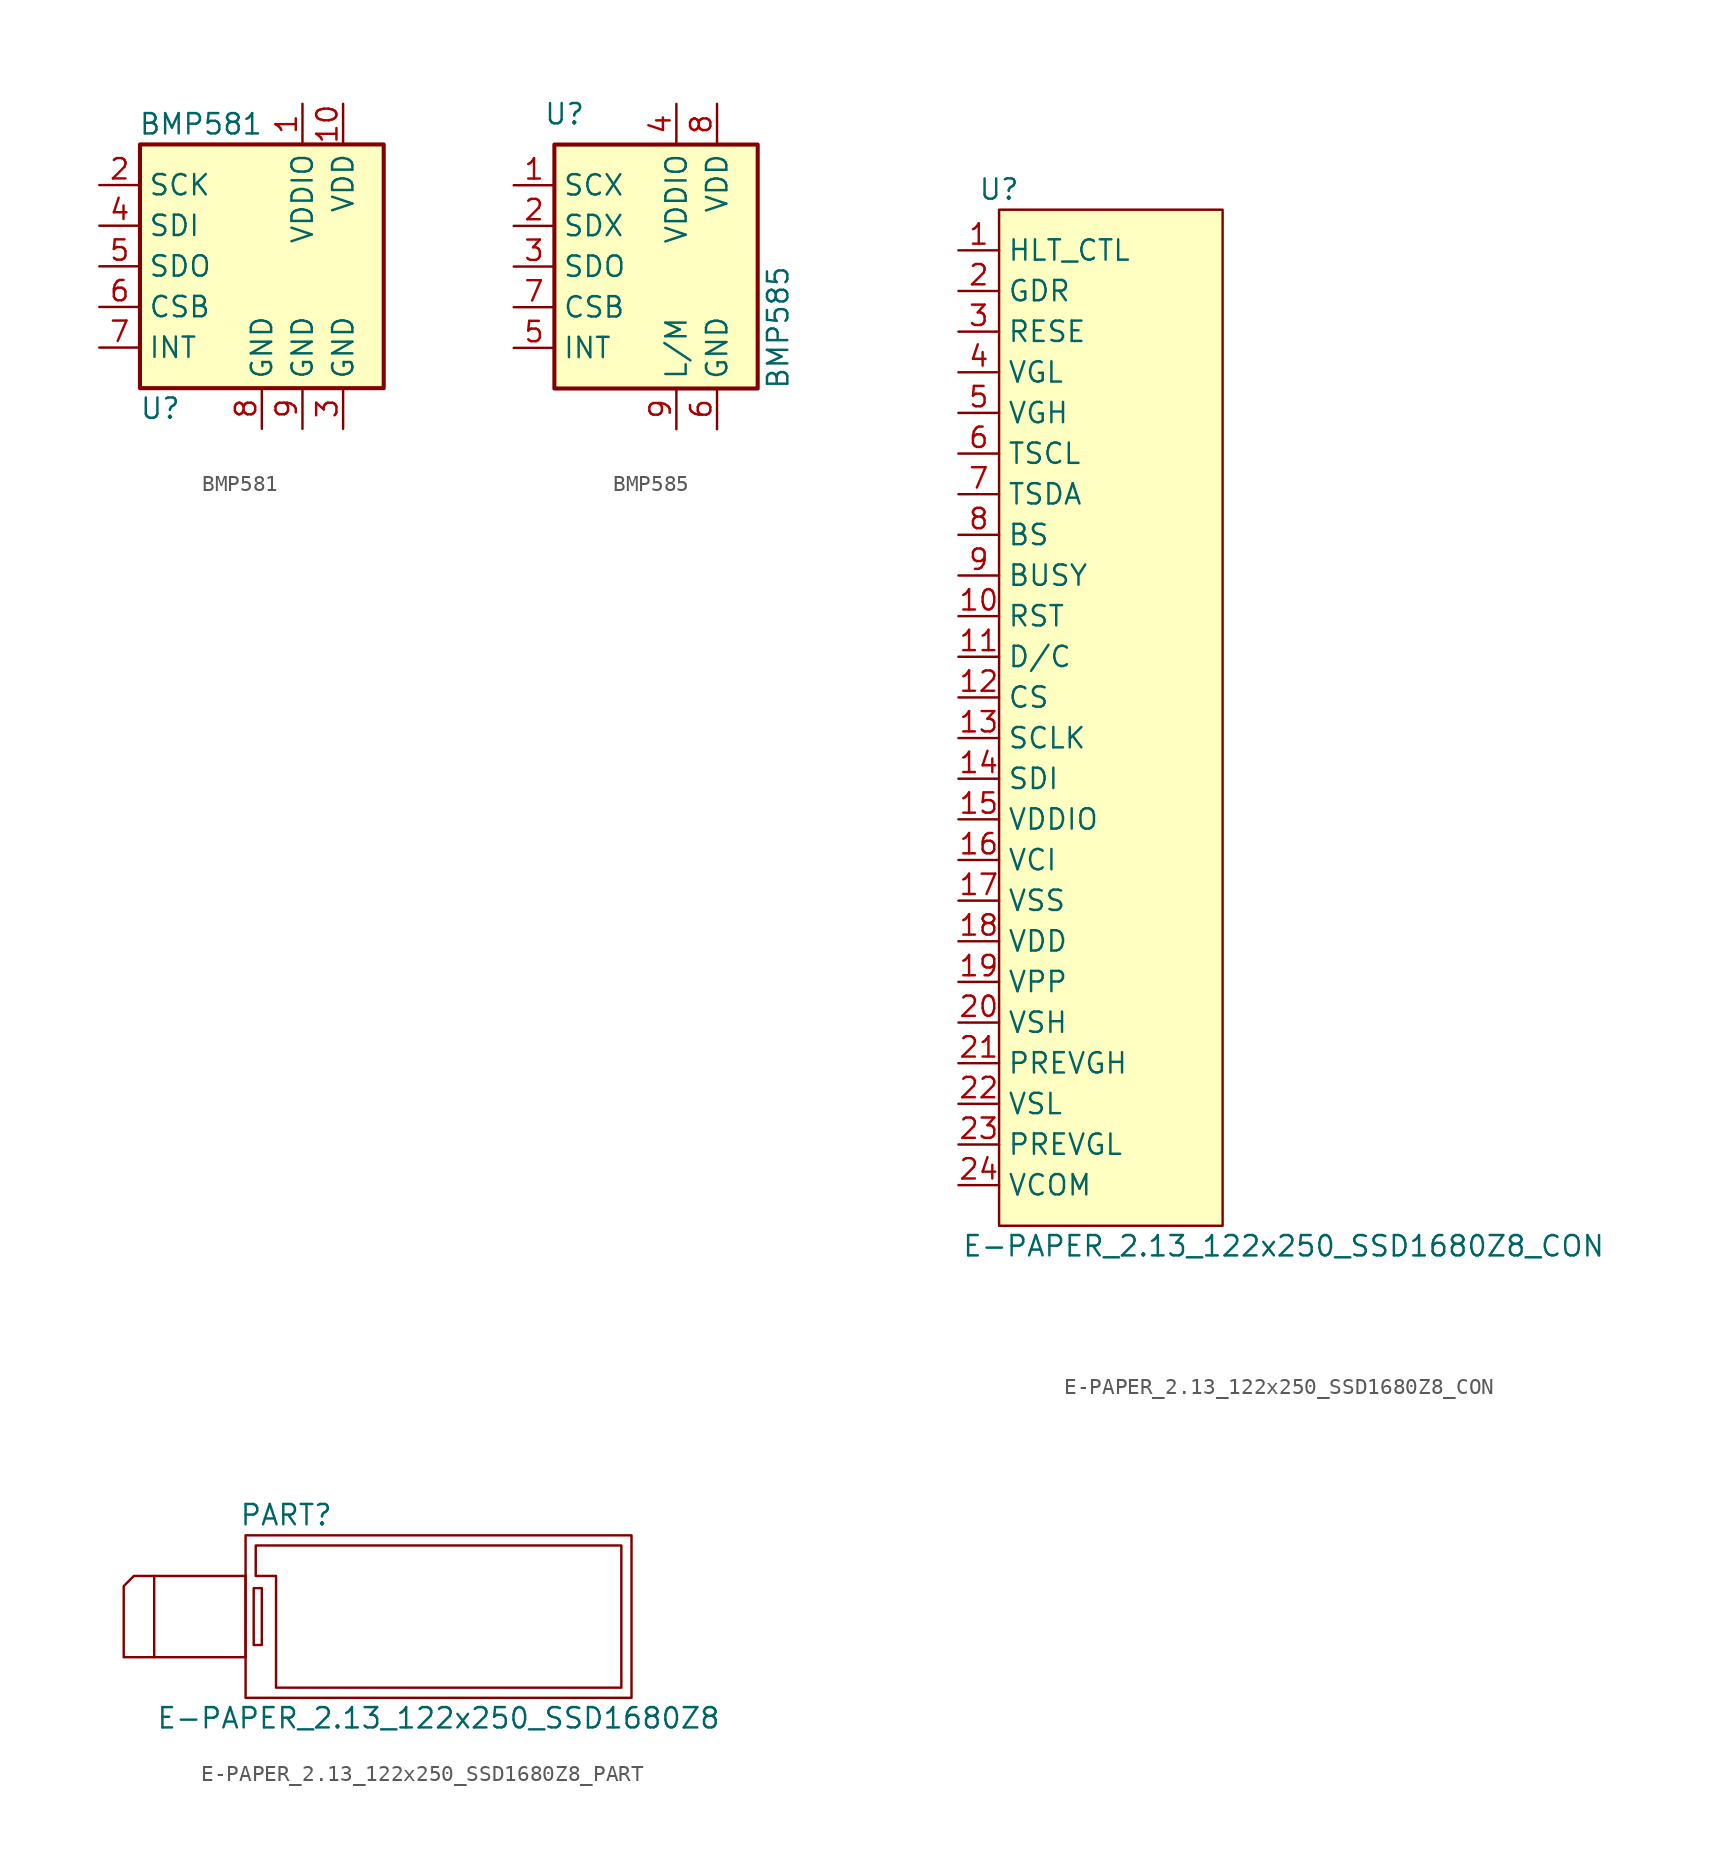
<source format=kicad_sym>
(kicad_symbol_lib
  (version 20231120)
  (generator "kicad_symbol_editor")
  (generator_version "8.0")
  (symbol "BMP581"
    (property "Reference" "U"
      (at 1.27 -16.51 0)
      (effects (font (size 1.27 1.27))))
    (property "Value" "BMP581"
      (at 3.81 1.27 0)
      (effects (font (size 1.27 1.27))))
    (symbol "BMP581_0_1"
      (rectangle (start 0 0) (end 15.24 -15.24) (stroke (width 0.254) (type default)) (fill (type background))))
    (symbol "BMP581_1_1"
      (pin power_in line (at 10.16 2.54 270) (length 2.54) (name "VDDIO" (effects (font (size 1.27 1.27)))) (number "1" (effects (font (size 1.27 1.27)))))
      (pin power_in line (at 12.7 2.54 270) (length 2.54) (name "VDD" (effects (font (size 1.27 1.27)))) (number "10" (effects (font (size 1.27 1.27)))))
      (pin input line (at -2.54 -2.54 0) (length 2.54) (name "SCK" (effects (font (size 1.27 1.27)))) (number "2" (effects (font (size 1.27 1.27)))))
      (pin power_in line (at 12.7 -17.78 90) (length 2.54) (name "GND" (effects (font (size 1.27 1.27)))) (number "3" (effects (font (size 1.27 1.27)))))
      (pin bidirectional line (at -2.54 -5.08 0) (length 2.54) (name "SDI" (effects (font (size 1.27 1.27)))) (number "4" (effects (font (size 1.27 1.27)))))
      (pin bidirectional line (at -2.54 -7.62 0) (length 2.54) (name "SDO" (effects (font (size 1.27 1.27)))) (number "5" (effects (font (size 1.27 1.27)))))
      (pin input line (at -2.54 -10.16 0) (length 2.54) (name "CSB" (effects (font (size 1.27 1.27)))) (number "6" (effects (font (size 1.27 1.27)))))
      (pin power_in line (at -2.54 -12.7 0) (length 2.54) (name "INT" (effects (font (size 1.27 1.27)))) (number "7" (effects (font (size 1.27 1.27)))))
      (pin power_in line (at 7.62 -17.78 90) (length 2.54) (name "GND" (effects (font (size 1.27 1.27)))) (number "8" (effects (font (size 1.27 1.27)))))
      (pin power_in line (at 10.16 -17.78 90) (length 2.54) (name "GND" (effects (font (size 1.27 1.27)))) (number "9" (effects (font (size 1.27 1.27)))))))
  (symbol "BMP585"
    (property "Reference" "U"
      (at 0.635 1.905 0)
      (effects (font (size 1.27 1.27))))
    (property "Value" "BMP585"
      (at 13.97 -11.43 90)
      (effects (font (size 1.27 1.27))))
    (symbol "BMP585_0_1"
      (rectangle (start 0 0) (end 12.7 -15.24) (stroke (width 0.254) (type default)) (fill (type background))))
    (symbol "BMP585_1_1"
      (pin input line (at -2.54 -2.54 0) (length 2.54) (name "SCX" (effects (font (size 1.27 1.27)))) (number "1" (effects (font (size 1.27 1.27)))))
      (pin bidirectional line (at -2.54 -5.08 0) (length 2.54) (name "SDX" (effects (font (size 1.27 1.27)))) (number "2" (effects (font (size 1.27 1.27)))))
      (pin bidirectional line (at -2.54 -7.62 0) (length 2.54) (name "SDO" (effects (font (size 1.27 1.27)))) (number "3" (effects (font (size 1.27 1.27)))))
      (pin power_in line (at 7.62 2.54 270) (length 2.54) (name "VDDIO" (effects (font (size 1.27 1.27)))) (number "4" (effects (font (size 1.27 1.27)))))
      (pin power_in line (at -2.54 -12.7 0) (length 2.54) (name "INT" (effects (font (size 1.27 1.27)))) (number "5" (effects (font (size 1.27 1.27)))))
      (pin power_in line (at 10.16 -17.78 90) (length 2.54) (name "GND" (effects (font (size 1.27 1.27)))) (number "6" (effects (font (size 1.27 1.27)))))
      (pin input line (at -2.54 -10.16 0) (length 2.54) (name "CSB" (effects (font (size 1.27 1.27)))) (number "7" (effects (font (size 1.27 1.27)))))
      (pin power_in line (at 10.16 2.54 270) (length 2.54) (name "VDD" (effects (font (size 1.27 1.27)))) (number "8" (effects (font (size 1.27 1.27)))))
      (pin power_in line (at 7.62 -17.78 90) (length 2.54) (name "L/M" (effects (font (size 1.27 1.27)))) (number "9" (effects (font (size 1.27 1.27)))))))
  (symbol "E-PAPER_2.13_122x250_SSD1680Z8_CON"
    (property "Reference" "U"
      (at 2.54 3.81 0)
      (effects (font (size 1.27 1.27))))
    (property "Value" "E-PAPER_2.13_122x250_SSD1680Z8_CON"
      (at 20.32 -62.23 0)
      (effects (font (size 1.27 1.27))))
    (symbol "E-PAPER_2.13_122x250_SSD1680Z8_CON_1_1"
      (rectangle (start 2.54 2.54) (end 16.51 -60.96) (stroke (width 0) (type default)) (fill (type background)))
      (pin input line (at 0 0 0) (length 2.54) (name "HLT_CTL" (effects (font (size 1.27 1.27)))) (number "1" (effects (font (size 1.27 1.27)))))
      (pin input line (at 0 -22.86 0) (length 2.54) (name "RST" (effects (font (size 1.27 1.27)))) (number "10" (effects (font (size 1.27 1.27)))))
      (pin input line (at 0 -25.4 0) (length 2.54) (name "D/C" (effects (font (size 1.27 1.27)))) (number "11" (effects (font (size 1.27 1.27)))))
      (pin input line (at 0 -27.94 0) (length 2.54) (name "CS" (effects (font (size 1.27 1.27)))) (number "12" (effects (font (size 1.27 1.27)))))
      (pin input line (at 0 -30.48 0) (length 2.54) (name "SCLK" (effects (font (size 1.27 1.27)))) (number "13" (effects (font (size 1.27 1.27)))))
      (pin input line (at 0 -33.02 0) (length 2.54) (name "SDI" (effects (font (size 1.27 1.27)))) (number "14" (effects (font (size 1.27 1.27)))))
      (pin input line (at 0 -35.56 0) (length 2.54) (name "VDDIO" (effects (font (size 1.27 1.27)))) (number "15" (effects (font (size 1.27 1.27)))))
      (pin input line (at 0 -38.1 0) (length 2.54) (name "VCI" (effects (font (size 1.27 1.27)))) (number "16" (effects (font (size 1.27 1.27)))))
      (pin input line (at 0 -40.64 0) (length 2.54) (name "VSS" (effects (font (size 1.27 1.27)))) (number "17" (effects (font (size 1.27 1.27)))))
      (pin input line (at 0 -43.18 0) (length 2.54) (name "VDD" (effects (font (size 1.27 1.27)))) (number "18" (effects (font (size 1.27 1.27)))))
      (pin input line (at 0 -45.72 0) (length 2.54) (name "VPP" (effects (font (size 1.27 1.27)))) (number "19" (effects (font (size 1.27 1.27)))))
      (pin input line (at 0 -2.54 0) (length 2.54) (name "GDR" (effects (font (size 1.27 1.27)))) (number "2" (effects (font (size 1.27 1.27)))))
      (pin input line (at 0 -48.26 0) (length 2.54) (name "VSH" (effects (font (size 1.27 1.27)))) (number "20" (effects (font (size 1.27 1.27)))))
      (pin input line (at 0 -50.8 0) (length 2.54) (name "PREVGH" (effects (font (size 1.27 1.27)))) (number "21" (effects (font (size 1.27 1.27)))))
      (pin input line (at 0 -53.34 0) (length 2.54) (name "VSL" (effects (font (size 1.27 1.27)))) (number "22" (effects (font (size 1.27 1.27)))))
      (pin input line (at 0 -55.88 0) (length 2.54) (name "PREVGL" (effects (font (size 1.27 1.27)))) (number "23" (effects (font (size 1.27 1.27)))))
      (pin input line (at 0 -58.42 0) (length 2.54) (name "VCOM" (effects (font (size 1.27 1.27)))) (number "24" (effects (font (size 1.27 1.27)))))
      (pin input line (at 0 -5.08 0) (length 2.54) (name "RESE" (effects (font (size 1.27 1.27)))) (number "3" (effects (font (size 1.27 1.27)))))
      (pin input line (at 0 -7.62 0) (length 2.54) (name "VGL" (effects (font (size 1.27 1.27)))) (number "4" (effects (font (size 1.27 1.27)))))
      (pin input line (at 0 -10.16 0) (length 2.54) (name "VGH" (effects (font (size 1.27 1.27)))) (number "5" (effects (font (size 1.27 1.27)))))
      (pin input line (at 0 -12.7 0) (length 2.54) (name "TSCL" (effects (font (size 1.27 1.27)))) (number "6" (effects (font (size 1.27 1.27)))))
      (pin input line (at 0 -15.24 0) (length 2.54) (name "TSDA" (effects (font (size 1.27 1.27)))) (number "7" (effects (font (size 1.27 1.27)))))
      (pin input line (at 0 -17.78 0) (length 2.54) (name "BS" (effects (font (size 1.27 1.27)))) (number "8" (effects (font (size 1.27 1.27)))))
      (pin input line (at 0 -20.32 0) (length 2.54) (name "BUSY" (effects (font (size 1.27 1.27)))) (number "9" (effects (font (size 1.27 1.27)))))
      (pin input line (at 0 -40.64 0) (length 2.54) hide (name "MP" (effects (font (size 1.27 1.27)))) (number "MP" (effects (font (size 1.27 1.27)))))))
  (symbol "E-PAPER_2.13_122x250_SSD1680Z8_PART"
    (property "Reference" "PART"
      (at 2.54 1.27 0)
      (effects (font (size 1.27 1.27))))
    (property "Value" "E-PAPER_2.13_122x250_SSD1680Z8"
      (at 12.065 -11.43 0)
      (effects (font (size 1.27 1.27))))
    (symbol "E-PAPER_2.13_122x250_SSD1680Z8_PART_0_1"
      (polyline (pts (xy -5.715 -2.54) (xy -5.715 -7.62)) (stroke (width 0) (type default)) (fill (type none)))
      (polyline (pts (xy -7.62 -3.175) (xy -6.985 -2.54) (xy 0 -2.54) (xy 0 -7.62) (xy -7.62 -7.62) (xy -7.62 -3.175)) (stroke (width 0) (type default)) (fill (type none)))
      (polyline (pts (xy 0.635 -0.635) (xy 23.495 -0.635) (xy 23.495 -9.525) (xy 1.905 -9.525) (xy 1.905 -2.54) (xy 0.635 -2.54) (xy 0.635 -0.635)) (stroke (width 0) (type default)) (fill (type none)))
      (rectangle (start 0 0) (end 24.13 -10.16) (stroke (width 0) (type default)) (fill (type none)))
      (rectangle (start 0.508 -3.302) (end 1.016 -6.858) (stroke (width 0) (type default)) (fill (type none))))))
</source>
